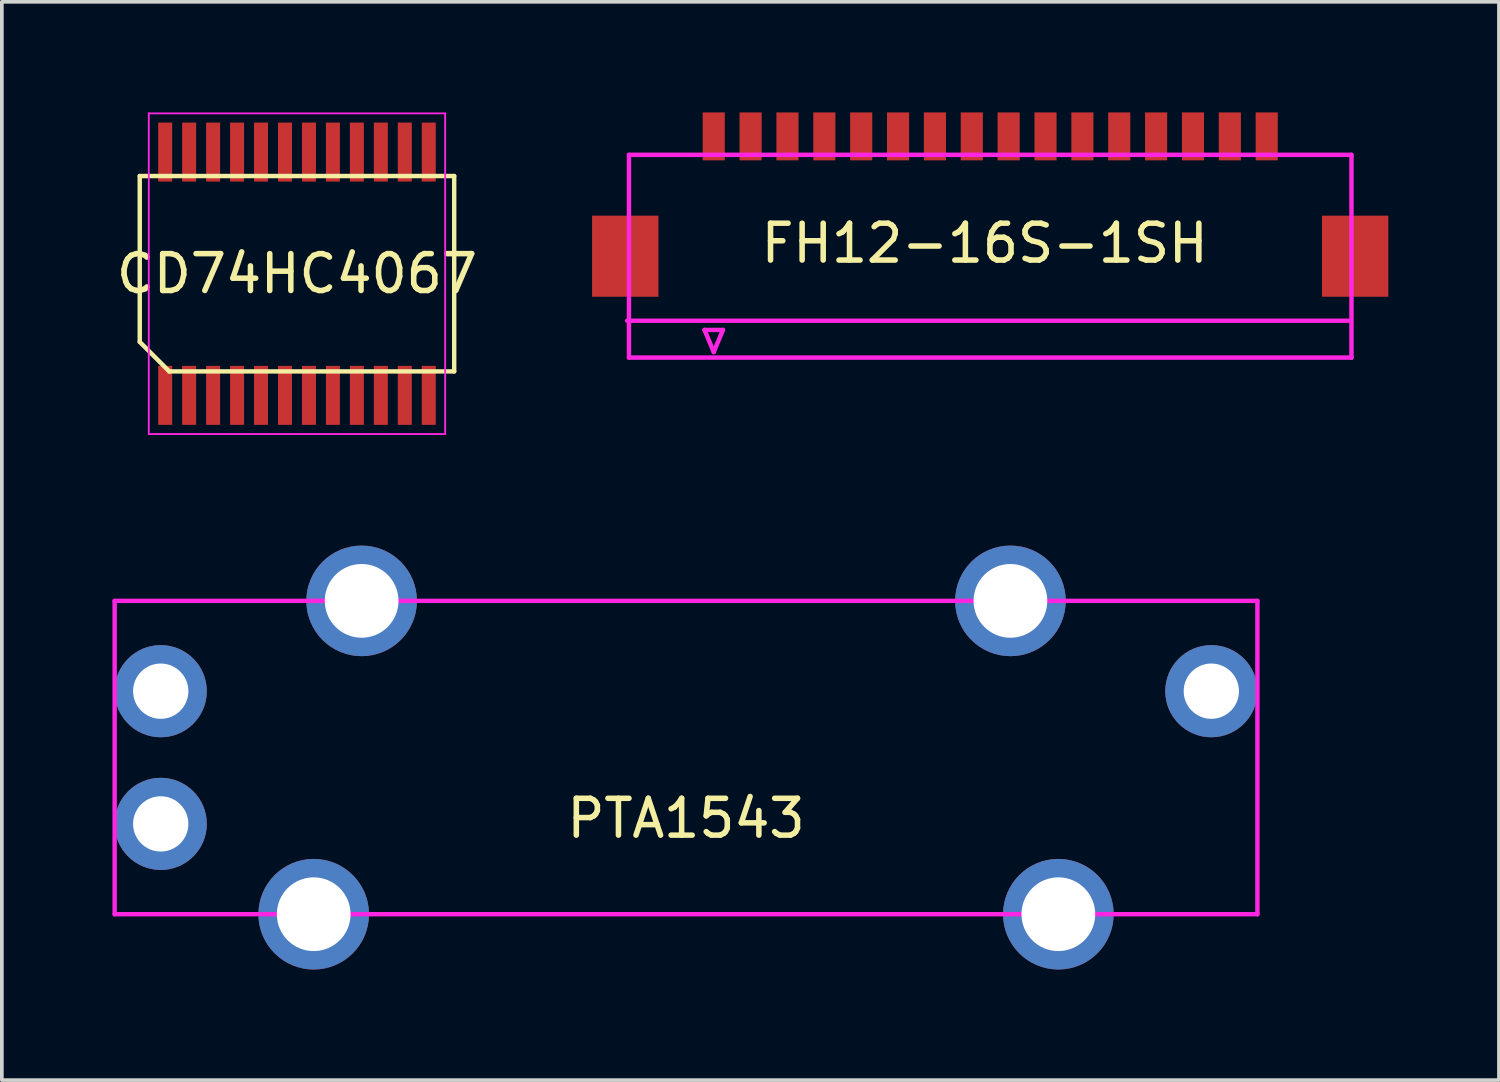
<source format=kicad_pcb>
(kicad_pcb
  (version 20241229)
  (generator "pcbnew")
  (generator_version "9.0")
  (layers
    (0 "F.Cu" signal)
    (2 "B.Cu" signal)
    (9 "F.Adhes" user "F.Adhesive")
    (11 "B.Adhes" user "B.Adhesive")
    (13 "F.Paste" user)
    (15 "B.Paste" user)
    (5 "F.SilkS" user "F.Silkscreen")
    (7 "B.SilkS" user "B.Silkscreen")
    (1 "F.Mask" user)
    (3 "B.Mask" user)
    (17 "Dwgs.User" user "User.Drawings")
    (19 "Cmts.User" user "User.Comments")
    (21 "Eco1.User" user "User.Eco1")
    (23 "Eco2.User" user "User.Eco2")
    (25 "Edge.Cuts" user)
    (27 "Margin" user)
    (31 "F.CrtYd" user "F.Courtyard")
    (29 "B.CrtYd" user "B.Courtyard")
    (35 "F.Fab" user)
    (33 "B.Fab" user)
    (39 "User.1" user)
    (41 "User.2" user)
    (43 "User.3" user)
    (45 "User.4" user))
  (footprint "FH12-16S-1SH"
    (layer "F.Cu")
    (at 23.812 3.65)
    (property "Reference" "FH12-16S-1SH" (at -0.15 -0.1 0) (layer "F.SilkS") (effects (font (size 1 1) (thickness 0.15))))
    (attr smd)
    (fp_line (start -9.85 2) (end 9.75 2) (stroke (width 0.12) (type solid)) (layer "F.CrtYd"))
    (fp_line (start -9.8 -2.5) (end -9.8 3) (stroke (width 0.12) (type solid)) (layer "F.CrtYd"))
    (fp_line (start -9.8 3) (end 9.8 3) (stroke (width 0.12) (type solid)) (layer "F.CrtYd"))
    (fp_line (start -7.75 2.25) (end -7.5 2.85) (stroke (width 0.12) (type solid)) (layer "F.CrtYd"))
    (fp_line (start -7.5 2.85) (end -7.25 2.25) (stroke (width 0.12) (type solid)) (layer "F.CrtYd"))
    (fp_line (start -7.25 2.25) (end -7.75 2.25) (stroke (width 0.12) (type solid)) (layer "F.CrtYd"))
    (fp_line (start 9.8 -2.5) (end -9.8 -2.5) (stroke (width 0.12) (type solid)) (layer "F.CrtYd"))
    (fp_line (start 9.8 3) (end 9.8 -2.5) (stroke (width 0.12) (type solid)) (layer "F.CrtYd"))
    (pad "" smd rect (at -9.9 0.25) (size 1.8 2.2) (layers "F.Cu" "F.Mask" "F.Paste"))
    (pad "" smd rect (at 9.9 0.25) (size 1.8 2.2) (layers "F.Cu" "F.Mask" "F.Paste"))
    (pad "1" smd rect (at -7.5 -3) (size 0.6 1.3) (layers "F.Cu" "F.Mask" "F.Paste"))
    (pad "2" smd rect (at -6.5 -3) (size 0.6 1.3) (layers "F.Cu" "F.Mask" "F.Paste"))
    (pad "3" smd rect (at -5.5 -3) (size 0.6 1.3) (layers "F.Cu" "F.Mask" "F.Paste"))
    (pad "4" smd rect (at -4.5 -3) (size 0.6 1.3) (layers "F.Cu" "F.Mask" "F.Paste"))
    (pad "5" smd rect (at -3.5 -3) (size 0.6 1.3) (layers "F.Cu" "F.Mask" "F.Paste"))
    (pad "6" smd rect (at -2.5 -3) (size 0.6 1.3) (layers "F.Cu" "F.Mask" "F.Paste"))
    (pad "7" smd rect (at -1.5 -3) (size 0.6 1.3) (layers "F.Cu" "F.Mask" "F.Paste"))
    (pad "8" smd rect (at -0.5 -3) (size 0.6 1.3) (layers "F.Cu" "F.Mask" "F.Paste"))
    (pad "9" smd rect (at 0.5 -3) (size 0.6 1.3) (layers "F.Cu" "F.Mask" "F.Paste"))
    (pad "10" smd rect (at 1.5 -3) (size 0.6 1.3) (layers "F.Cu" "F.Mask" "F.Paste"))
    (pad "11" smd rect (at 2.5 -3) (size 0.6 1.3) (layers "F.Cu" "F.Mask" "F.Paste"))
    (pad "12" smd rect (at 3.5 -3) (size 0.6 1.3) (layers "F.Cu" "F.Mask" "F.Paste"))
    (pad "13" smd rect (at 4.5 -3) (size 0.6 1.3) (layers "F.Cu" "F.Mask" "F.Paste"))
    (pad "14" smd rect (at 5.5 -3) (size 0.6 1.3) (layers "F.Cu" "F.Mask" "F.Paste"))
    (pad "15" smd rect (at 6.5 -3) (size 0.6 1.3) (layers "F.Cu" "F.Mask" "F.Paste"))
    (pad "16" smd rect (at 7.5 -3) (size 0.6 1.3) (layers "F.Cu" "F.Mask" "F.Paste")))
  (footprint "PTA1543"
    (layer "F.Cu")
    (at 15.56 17.5)
    (property "Reference" "PTA1543" (at 0 1.65 0) (layer "F.SilkS") (effects (font (size 1 1) (thickness 0.15))))
    (attr through_hole)
    (fp_line (start -15.5 -4.25) (end -15.5 4.25) (stroke (width 0.12) (type solid)) (layer "F.CrtYd"))
    (fp_line (start -15.5 4.25) (end 15.5 4.25) (stroke (width 0.12) (type solid)) (layer "F.CrtYd"))
    (fp_line (start 15.5 -4.25) (end -15.5 -4.25) (stroke (width 0.12) (type solid)) (layer "F.CrtYd"))
    (fp_line (start 15.5 4.25) (end 15.5 -4.25) (stroke (width 0.12) (type solid)) (layer "F.CrtYd"))
    (pad "" thru_hole circle (at -10.1 4.25) (size 3 3) (drill 2) (layers "*.Cu" "*.Mask"))
    (pad "" thru_hole circle (at -8.8 -4.25) (size 3 3) (drill 2) (layers "*.Cu" "*.Mask"))
    (pad "" thru_hole circle (at 8.8 -4.25) (size 3 3) (drill 2) (layers "*.Cu" "*.Mask"))
    (pad "" thru_hole circle (at 10.1 4.25) (size 3 3) (drill 2) (layers "*.Cu" "*.Mask"))
    (pad "1" thru_hole circle (at -14.25 -1.8) (size 2.5 2.5) (drill 1.5) (layers "*.Cu" "*.Mask"))
    (pad "2" thru_hole circle (at -14.25 1.8) (size 2.5 2.5) (drill 1.5) (layers "*.Cu" "*.Mask"))
    (pad "3" thru_hole circle (at 14.25 -1.8) (size 2.5 2.5) (drill 1.5) (layers "*.Cu" "*.Mask")))
  (footprint "CD74HC4067"
    (layer "F.Cu")
    (at 5.006 4.375)
    (property "Reference" "CD74HC4067" (at 0 0 180) (layer "F.SilkS") (effects (font (size 1 1) (thickness 0.15))))
    (attr smd)
    (fp_line (start -4.265 -2.65) (end 4.265 -2.65) (stroke (width 0.12) (type solid)) (layer "F.SilkS"))
    (fp_line (start -4.265 1.85) (end -4.265 -2.65) (stroke (width 0.12) (type solid)) (layer "F.SilkS"))
    (fp_line (start -3.465 2.65) (end -4.265 1.85) (stroke (width 0.12) (type solid)) (layer "F.SilkS"))
    (fp_line (start 4.265 -2.65) (end 4.265 2.65) (stroke (width 0.12) (type solid)) (layer "F.SilkS"))
    (fp_line (start 4.265 2.65) (end -3.465 2.65) (stroke (width 0.12) (type solid)) (layer "F.SilkS"))
    (fp_line (start -4.02 -4.35) (end 4.02 -4.35) (stroke (width 0.05) (type solid)) (layer "F.CrtYd"))
    (fp_line (start -4.02 4.35) (end -4.02 -4.35) (stroke (width 0.05) (type solid)) (layer "F.CrtYd"))
    (fp_line (start 4.02 -4.35) (end 4.02 4.35) (stroke (width 0.05) (type solid)) (layer "F.CrtYd"))
    (fp_line (start 4.02 4.35) (end -4.02 4.35) (stroke (width 0.05) (type solid)) (layer "F.CrtYd"))
    (pad "1" smd rect (at -3.575 3.3) (size 0.38 1.6) (layers "F.Cu" "F.Mask" "F.Paste"))
    (pad "2" smd rect (at -2.925 3.3) (size 0.38 1.6) (layers "F.Cu" "F.Mask" "F.Paste"))
    (pad "3" smd rect (at -2.275 3.3) (size 0.38 1.6) (layers "F.Cu" "F.Mask" "F.Paste"))
    (pad "4" smd rect (at -1.625 3.3) (size 0.38 1.6) (layers "F.Cu" "F.Mask" "F.Paste"))
    (pad "5" smd rect (at -0.975 3.3) (size 0.38 1.6) (layers "F.Cu" "F.Mask" "F.Paste"))
    (pad "6" smd rect (at -0.325 3.3) (size 0.38 1.6) (layers "F.Cu" "F.Mask" "F.Paste"))
    (pad "7" smd rect (at 0.325 3.3) (size 0.38 1.6) (layers "F.Cu" "F.Mask" "F.Paste"))
    (pad "8" smd rect (at 0.975 3.3) (size 0.38 1.6) (layers "F.Cu" "F.Mask" "F.Paste"))
    (pad "9" smd rect (at 1.625 3.3) (size 0.38 1.6) (layers "F.Cu" "F.Mask" "F.Paste"))
    (pad "10" smd rect (at 2.275 3.3) (size 0.38 1.6) (layers "F.Cu" "F.Mask" "F.Paste"))
    (pad "11" smd rect (at 2.925 3.3) (size 0.38 1.6) (layers "F.Cu" "F.Mask" "F.Paste"))
    (pad "12" smd rect (at 3.575 3.3) (size 0.38 1.6) (layers "F.Cu" "F.Mask" "F.Paste"))
    (pad "13" smd rect (at 3.575 -3.3) (size 0.38 1.6) (layers "F.Cu" "F.Mask" "F.Paste"))
    (pad "14" smd rect (at 2.925 -3.3) (size 0.38 1.6) (layers "F.Cu" "F.Mask" "F.Paste"))
    (pad "15" smd rect (at 2.275 -3.3) (size 0.38 1.6) (layers "F.Cu" "F.Mask" "F.Paste"))
    (pad "16" smd rect (at 1.625 -3.3) (size 0.38 1.6) (layers "F.Cu" "F.Mask" "F.Paste"))
    (pad "17" smd rect (at 0.975 -3.3) (size 0.38 1.6) (layers "F.Cu" "F.Mask" "F.Paste"))
    (pad "18" smd rect (at 0.325 -3.3) (size 0.38 1.6) (layers "F.Cu" "F.Mask" "F.Paste"))
    (pad "19" smd rect (at -0.325 -3.3) (size 0.38 1.6) (layers "F.Cu" "F.Mask" "F.Paste"))
    (pad "20" smd rect (at -0.975 -3.3) (size 0.38 1.6) (layers "F.Cu" "F.Mask" "F.Paste"))
    (pad "21" smd rect (at -1.625 -3.3) (size 0.38 1.6) (layers "F.Cu" "F.Mask" "F.Paste"))
    (pad "22" smd rect (at -2.275 -3.3) (size 0.38 1.6) (layers "F.Cu" "F.Mask" "F.Paste"))
    (pad "23" smd rect (at -2.925 -3.3) (size 0.38 1.6) (layers "F.Cu" "F.Mask" "F.Paste"))
    (pad "24" smd rect (at -3.575 -3.3) (size 0.38 1.6) (layers "F.Cu" "F.Mask" "F.Paste")))
  (gr_rect
    (start -3 -3)
    (end 37.612 26.25)
    (stroke (width 0.1) (type default))
    (fill no)
    (layer "Edge.Cuts")))
</source>
